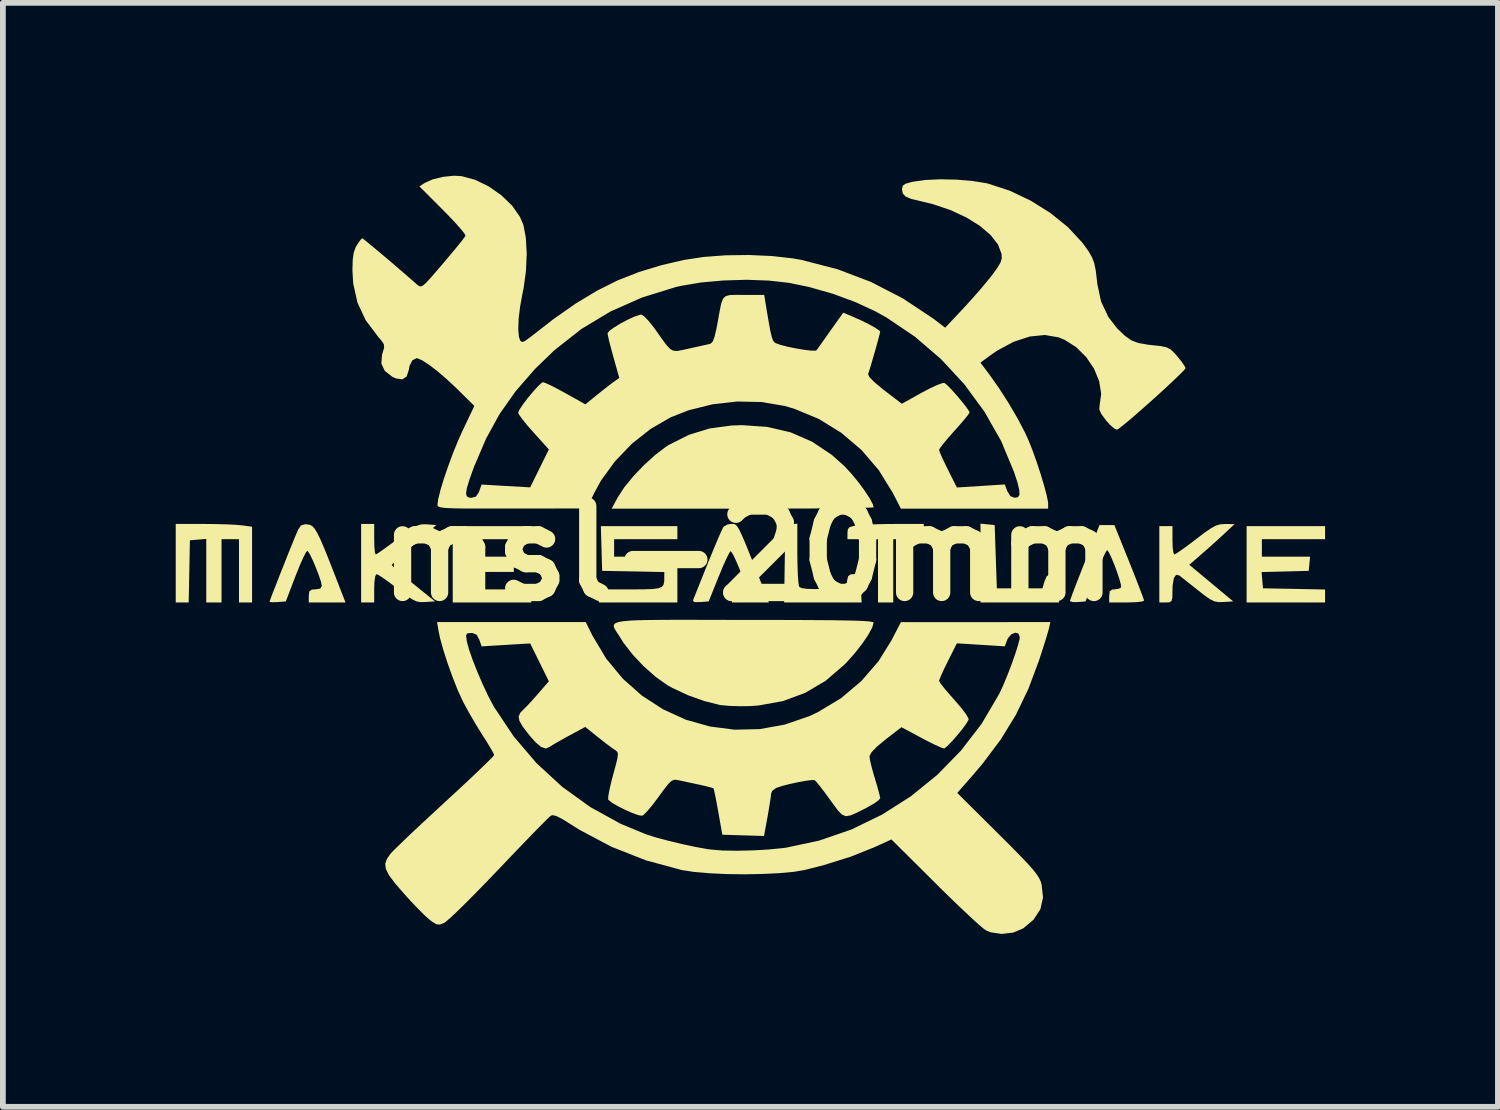
<source format=kicad_pcb>
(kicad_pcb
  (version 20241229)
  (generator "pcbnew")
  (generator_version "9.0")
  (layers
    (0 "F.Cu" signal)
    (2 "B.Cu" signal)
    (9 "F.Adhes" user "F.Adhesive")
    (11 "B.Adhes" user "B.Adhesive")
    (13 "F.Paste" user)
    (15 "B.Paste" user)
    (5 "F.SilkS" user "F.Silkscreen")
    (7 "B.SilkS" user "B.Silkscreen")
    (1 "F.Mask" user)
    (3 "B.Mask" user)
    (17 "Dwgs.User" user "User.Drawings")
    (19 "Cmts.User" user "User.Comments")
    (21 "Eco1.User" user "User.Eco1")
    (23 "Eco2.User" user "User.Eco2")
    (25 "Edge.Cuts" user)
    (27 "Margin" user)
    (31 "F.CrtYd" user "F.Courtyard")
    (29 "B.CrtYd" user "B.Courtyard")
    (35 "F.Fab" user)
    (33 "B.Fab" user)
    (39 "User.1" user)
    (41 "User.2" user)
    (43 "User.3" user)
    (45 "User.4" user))
  (footprint "msl-20mm"
    (layer "F.Cu")
    (at 9.937 6.555)
    (property "Reference" "msl-20mm" (at 0 0 0) (layer "F.SilkS") (effects (font (size 1.5 1.5) (thickness 0.3))))
    (attr board_only exclude_from_pos_files exclude_from_bom)
    (fp_poly (pts (xy 4.154 -0.504) (xy 4.277 -0.492) (xy 4.296 0.057) (xy 4.315 0.606) (xy 4.711 0.606) (xy 5.107 0.606) (xy 5.143 0.483) (xy 5.18 0.396) (xy 5.238 0.363) (xy 5.286 0.36) (xy 5.344 0.363) (xy 5.376 0.383) (xy 5.391 0.438) (xy 5.394 0.544) (xy 5.394 0.606) (xy 5.394 0.852) (xy 4.713 0.852) (xy 4.031 0.852) (xy 4.031 0.168) (xy 4.031 -0.516)) (stroke (width 0) (type solid)) (fill yes) (layer "F.SilkS"))
    (fp_poly (pts (xy 3.047 -0.379) (xy 3.047 -0.246) (xy 2.782 -0.246) (xy 2.517 -0.246) (xy 2.517 0.303) (xy 2.517 0.852) (xy 2.385 0.852) (xy 2.252 0.852) (xy 2.252 0.303) (xy 2.252 -0.246) (xy 1.987 -0.246) (xy 1.722 -0.246) (xy 1.722 -0.354) (xy 1.729 -0.421) (xy 1.762 -0.458) (xy 1.842 -0.479) (xy 1.898 -0.487) (xy 2.005 -0.496) (xy 2.165 -0.504) (xy 2.358 -0.509) (xy 2.56 -0.511) (xy 3.047 -0.511)) (stroke (width 0) (type solid)) (fill yes) (layer "F.SilkS"))
    (fp_poly (pts (xy -3.766 -0.36) (xy -3.766 -0.246) (xy -4.315 -0.246) (xy -4.864 -0.246) (xy -4.864 -0.095) (xy -4.864 0.057) (xy -4.467 0.057) (xy -4.069 0.057) (xy -4.069 0.189) (xy -4.069 0.322) (xy -4.467 0.322) (xy -4.864 0.322) (xy -4.864 0.473) (xy -4.864 0.625) (xy -4.315 0.625) (xy -3.766 0.625) (xy -3.766 0.738) (xy -3.766 0.852) (xy -4.448 0.852) (xy -5.129 0.852) (xy -5.129 0.189) (xy -5.129 -0.473) (xy -4.448 -0.473) (xy -3.766 -0.473)) (stroke (width 0) (type solid)) (fill yes) (layer "F.SilkS"))
    (fp_poly (pts (xy 10.012 -0.36) (xy 10.012 -0.246) (xy 9.463 -0.246) (xy 8.915 -0.246) (xy 8.915 -0.095) (xy 8.915 0.057) (xy 9.333 0.057) (xy 9.752 0.057) (xy 9.74 0.18) (xy 9.728 0.303) (xy 9.319 0.314) (xy 8.91 0.324) (xy 8.922 0.465) (xy 8.934 0.606) (xy 9.473 0.616) (xy 10.012 0.627) (xy 10.012 0.739) (xy 10.012 0.852) (xy 9.331 0.852) (xy 8.65 0.852) (xy 8.65 0.189) (xy 8.65 -0.473) (xy 9.331 -0.473) (xy 10.012 -0.473)) (stroke (width 0) (type solid)) (fill yes) (layer "F.SilkS"))
    (fp_poly (pts (xy 0.852 0.007) (xy 0.855 0.201) (xy 0.861 0.37) (xy 0.87 0.499) (xy 0.881 0.571) (xy 0.884 0.579) (xy 0.923 0.602) (xy 1.009 0.615) (xy 1.154 0.619) (xy 1.309 0.617) (xy 1.703 0.606) (xy 1.715 0.483) (xy 1.733 0.397) (xy 1.777 0.364) (xy 1.835 0.36) (xy 1.893 0.363) (xy 1.927 0.385) (xy 1.944 0.442) (xy 1.953 0.552) (xy 1.956 0.606) (xy 1.968 0.852) (xy 1.296 0.852) (xy 0.623 0.852) (xy 0.633 0.18) (xy 0.644 -0.492) (xy 0.748 -0.504) (xy 0.852 -0.516)) (stroke (width 0) (type solid)) (fill yes) (layer "F.SilkS"))
    (fp_poly (pts (xy -9.247 -0.509) (xy -9.054 -0.504) (xy -8.894 -0.496) (xy -8.787 -0.487) (xy -8.612 -0.463) (xy -8.612 0.194) (xy -8.612 0.852) (xy -8.725 0.852) (xy -8.839 0.852) (xy -8.839 0.303) (xy -8.839 -0.246) (xy -8.99 -0.246) (xy -9.142 -0.246) (xy -9.142 0.303) (xy -9.142 0.852) (xy -9.274 0.852) (xy -9.407 0.852) (xy -9.407 0.301) (xy -9.407 -0.251) (xy -9.549 -0.239) (xy -9.691 -0.227) (xy -9.701 0.312) (xy -9.712 0.852) (xy -9.824 0.852) (xy -9.937 0.852) (xy -9.937 0.17) (xy -9.937 -0.511) (xy -9.45 -0.511)) (stroke (width 0) (type solid)) (fill yes) (layer "F.SilkS"))
    (fp_poly (pts (xy -1.23 -0.36) (xy -1.23 -0.246) (xy -1.779 -0.246) (xy -2.328 -0.246) (xy -2.328 -0.095) (xy -2.328 0.057) (xy -1.779 0.057) (xy -1.23 0.057) (xy -1.23 0.454) (xy -1.23 0.852) (xy -1.912 0.852) (xy -2.593 0.852) (xy -2.593 0.738) (xy -2.593 0.625) (xy -2.048 0.625) (xy -1.825 0.624) (xy -1.667 0.619) (xy -1.562 0.606) (xy -1.5 0.581) (xy -1.469 0.541) (xy -1.458 0.48) (xy -1.457 0.414) (xy -1.457 0.324) (xy -1.997 0.313) (xy -2.536 0.303) (xy -2.547 -0.085) (xy -2.558 -0.473) (xy -1.894 -0.473) (xy -1.23 -0.473)) (stroke (width 0) (type solid)) (fill yes) (layer "F.SilkS"))
    (fp_poly (pts (xy 0.328 -2.196) (xy 0.735 -2.101) (xy 1.109 -1.938) (xy 1.455 -1.706) (xy 1.668 -1.515) (xy 1.788 -1.386) (xy 1.908 -1.241) (xy 2.017 -1.093) (xy 2.106 -0.959) (xy 2.162 -0.853) (xy 2.177 -0.8) (xy 2.14 -0.796) (xy 2.034 -0.792) (xy 1.865 -0.788) (xy 1.641 -0.784) (xy 1.366 -0.782) (xy 1.049 -0.779) (xy 0.696 -0.778) (xy 0.312 -0.776) (xy -0.095 -0.776) (xy -0.097 -0.776) (xy -2.371 -0.776) (xy -2.264 -0.974) (xy -2.152 -1.146) (xy -1.994 -1.339) (xy -1.809 -1.533) (xy -1.615 -1.709) (xy -1.431 -1.849) (xy -1.376 -1.884) (xy -1.03 -2.058) (xy -0.673 -2.168) (xy -0.288 -2.22) (xy -0.114 -2.226)) (stroke (width 0) (type solid)) (fill yes) (layer "F.SilkS"))
    (fp_poly (pts (xy 6.613 0.148) (xy 6.695 0.354) (xy 6.766 0.536) (xy 6.822 0.682) (xy 6.859 0.781) (xy 6.87 0.82) (xy 6.836 0.835) (xy 6.743 0.846) (xy 6.61 0.851) (xy 6.568 0.852) (xy 6.265 0.852) (xy 6.265 0.738) (xy 6.275 0.657) (xy 6.318 0.627) (xy 6.357 0.625) (xy 6.436 0.612) (xy 6.471 0.59) (xy 6.468 0.542) (xy 6.442 0.446) (xy 6.401 0.323) (xy 6.352 0.191) (xy 6.302 0.071) (xy 6.259 -0.018) (xy 6.231 -0.057) (xy 6.229 -0.057) (xy 6.205 -0.024) (xy 6.161 0.067) (xy 6.102 0.202) (xy 6.035 0.368) (xy 6.027 0.388) (xy 5.855 0.833) (xy 5.719 0.845) (xy 5.631 0.845) (xy 5.586 0.83) (xy 5.584 0.826) (xy 5.598 0.782) (xy 5.635 0.68) (xy 5.692 0.531) (xy 5.764 0.347) (xy 5.841 0.151) (xy 6.097 -0.492) (xy 6.226 -0.492) (xy 6.355 -0.492)) (stroke (width 0) (type solid)) (fill yes) (layer "F.SilkS"))
    (fp_poly (pts (xy 8.277 -0.51) (xy 8.441 -0.509) (xy 8.271 -0.349) (xy 8.152 -0.24) (xy 8.008 -0.11) (xy 7.878 0.004) (xy 7.655 0.198) (xy 8.036 0.515) (xy 8.417 0.833) (xy 8.247 0.844) (xy 8.161 0.846) (xy 8.089 0.832) (xy 8.012 0.794) (xy 7.91 0.722) (xy 7.805 0.639) (xy 7.679 0.539) (xy 7.571 0.454) (xy 7.499 0.397) (xy 7.483 0.384) (xy 7.427 0.371) (xy 7.387 0.43) (xy 7.366 0.556) (xy 7.363 0.653) (xy 7.361 0.769) (xy 7.347 0.827) (xy 7.31 0.849) (xy 7.249 0.852) (xy 7.135 0.852) (xy 7.135 0.189) (xy 7.135 -0.473) (xy 7.249 -0.473) (xy 7.363 -0.473) (xy 7.363 -0.227) (xy 7.367 -0.102) (xy 7.379 -0.013) (xy 7.396 0.019) (xy 7.437 -0.003) (xy 7.525 -0.063) (xy 7.645 -0.15) (xy 7.771 -0.246) (xy 7.925 -0.363) (xy 8.037 -0.44) (xy 8.121 -0.484) (xy 8.195 -0.505) (xy 8.273 -0.51)) (stroke (width 0) (type solid)) (fill yes) (layer "F.SilkS"))
    (fp_poly (pts (xy -0.243 -0.509) (xy -0.217 -0.496) (xy -0.189 -0.465) (xy -0.156 -0.411) (xy -0.115 -0.325) (xy -0.061 -0.201) (xy 0.008 -0.031) (xy 0.097 0.19) (xy 0.208 0.47) (xy 0.287 0.672) (xy 0.359 0.852) (xy 0.037 0.852) (xy -0.284 0.852) (xy -0.284 0.738) (xy -0.275 0.658) (xy -0.23 0.628) (xy -0.17 0.625) (xy -0.086 0.612) (xy -0.059 0.567) (xy -0.059 0.558) (xy -0.073 0.489) (xy -0.109 0.381) (xy -0.157 0.256) (xy -0.21 0.132) (xy -0.258 0.03) (xy -0.295 -0.03) (xy -0.306 -0.038) (xy -0.331 -0.005) (xy -0.376 0.085) (xy -0.437 0.219) (xy -0.505 0.384) (xy -0.511 0.397) (xy -0.686 0.833) (xy -0.83 0.845) (xy -0.926 0.846) (xy -0.959 0.826) (xy -0.956 0.807) (xy -0.807 0.434) (xy -0.682 0.123) (xy -0.58 -0.124) (xy -0.503 -0.306) (xy -0.451 -0.42) (xy -0.427 -0.464) (xy -0.36 -0.502) (xy -0.303 -0.511) (xy -0.27 -0.512)) (stroke (width 0) (type solid)) (fill yes) (layer "F.SilkS"))
    (fp_poly (pts (xy -7.649 -0.503) (xy -7.606 -0.495) (xy -7.567 -0.473) (xy -7.526 -0.429) (xy -7.481 -0.356) (xy -7.427 -0.246) (xy -7.36 -0.09) (xy -7.276 0.118) (xy -7.17 0.388) (xy -7.141 0.464) (xy -6.99 0.852) (xy -7.309 0.852) (xy -7.628 0.852) (xy -7.628 0.738) (xy -7.618 0.658) (xy -7.574 0.628) (xy -7.514 0.625) (xy -7.43 0.612) (xy -7.402 0.567) (xy -7.402 0.558) (xy -7.417 0.488) (xy -7.454 0.379) (xy -7.503 0.251) (xy -7.556 0.125) (xy -7.606 0.021) (xy -7.643 -0.039) (xy -7.651 -0.046) (xy -7.677 -0.017) (xy -7.722 0.07) (xy -7.781 0.202) (xy -7.847 0.366) (xy -7.856 0.388) (xy -8.026 0.833) (xy -8.168 0.845) (xy -8.259 0.848) (xy -8.307 0.843) (xy -8.309 0.841) (xy -8.296 0.801) (xy -8.26 0.705) (xy -8.206 0.567) (xy -8.141 0.4) (xy -8.069 0.219) (xy -7.997 0.037) (xy -7.929 -0.132) (xy -7.871 -0.274) (xy -7.829 -0.374) (xy -7.814 -0.409) (xy -7.763 -0.485) (xy -7.69 -0.506)) (stroke (width 0) (type solid)) (fill yes) (layer "F.SilkS"))
    (fp_poly (pts (xy -6.492 -0.246) (xy -6.489 -0.115) (xy -6.48 -0.021) (xy -6.467 0.019) (xy -6.466 0.019) (xy -6.427 -0.003) (xy -6.342 -0.062) (xy -6.222 -0.149) (xy -6.089 -0.248) (xy -5.935 -0.364) (xy -5.825 -0.44) (xy -5.744 -0.483) (xy -5.676 -0.503) (xy -5.606 -0.506) (xy -5.576 -0.504) (xy -5.414 -0.492) (xy -5.802 -0.157) (xy -5.943 -0.032) (xy -6.062 0.075) (xy -6.146 0.155) (xy -6.186 0.199) (xy -6.188 0.203) (xy -6.159 0.234) (xy -6.083 0.303) (xy -5.97 0.4) (xy -5.831 0.515) (xy -5.812 0.53) (xy -5.437 0.833) (xy -5.606 0.844) (xy -5.686 0.846) (xy -5.755 0.834) (xy -5.829 0.8) (xy -5.925 0.736) (xy -6.06 0.633) (xy -6.093 0.608) (xy -6.227 0.506) (xy -6.342 0.424) (xy -6.422 0.373) (xy -6.451 0.36) (xy -6.474 0.395) (xy -6.488 0.494) (xy -6.492 0.606) (xy -6.492 0.852) (xy -6.606 0.852) (xy -6.719 0.852) (xy -6.719 0.17) (xy -6.719 -0.511) (xy -6.606 -0.511) (xy -6.492 -0.511)) (stroke (width 0) (type solid)) (fill yes) (layer "F.SilkS"))
    (fp_poly (pts (xy -0.98 1.153) (xy -0.57 1.154) (xy -0.099 1.155) (xy 0.392 1.155) (xy 0.811 1.156) (xy 1.164 1.158) (xy 1.456 1.16) (xy 1.691 1.164) (xy 1.873 1.168) (xy 2.008 1.174) (xy 2.1 1.181) (xy 2.155 1.19) (xy 2.176 1.2) (xy 2.176 1.202) (xy 2.151 1.289) (xy 2.082 1.415) (xy 1.98 1.565) (xy 1.854 1.727) (xy 1.715 1.884) (xy 1.672 1.928) (xy 1.345 2.21) (xy 0.988 2.421) (xy 0.6 2.564) (xy 0.179 2.64) (xy 0.038 2.65) (xy -0.144 2.653) (xy -0.324 2.647) (xy -0.469 2.634) (xy -0.497 2.63) (xy -0.763 2.563) (xy -1.048 2.461) (xy -1.316 2.336) (xy -1.406 2.286) (xy -1.606 2.144) (xy -1.815 1.959) (xy -2.008 1.754) (xy -2.165 1.552) (xy -2.203 1.491) (xy -2.247 1.421) (xy -2.287 1.362) (xy -2.318 1.311) (xy -2.334 1.27) (xy -2.33 1.236) (xy -2.302 1.21) (xy -2.243 1.189) (xy -2.15 1.175) (xy -2.017 1.164) (xy -1.838 1.158) (xy -1.609 1.155) (xy -1.325 1.153)) (stroke (width 0) (type solid)) (fill yes) (layer "F.SilkS"))
    (fp_poly (pts (xy -2.703 1.429) (xy -2.465 1.827) (xy -2.177 2.175) (xy -1.846 2.468) (xy -1.479 2.706) (xy -1.085 2.886) (xy -0.668 3.004) (xy -0.238 3.06) (xy 0.199 3.05) (xy 0.636 2.971) (xy 1.065 2.823) (xy 1.211 2.754) (xy 1.611 2.513) (xy 1.962 2.217) (xy 2.26 1.873) (xy 2.482 1.516) (xy 2.65 1.193) (xy 3.947 1.193) (xy 5.244 1.192) (xy 5.221 1.296) (xy 5.2 1.372) (xy 5.161 1.502) (xy 5.109 1.667) (xy 5.049 1.85) (xy 5.048 1.854) (xy 4.863 2.35) (xy 4.646 2.801) (xy 4.385 3.227) (xy 4.069 3.648) (xy 3.907 3.839) (xy 3.628 4.158) (xy 4.336 4.861) (xy 4.553 5.078) (xy 4.722 5.25) (xy 4.85 5.384) (xy 4.943 5.489) (xy 5.007 5.571) (xy 5.05 5.638) (xy 5.077 5.698) (xy 5.091 5.744) (xy 5.117 5.97) (xy 5.071 6.175) (xy 4.953 6.357) (xy 4.773 6.508) (xy 4.598 6.582) (xy 4.398 6.605) (xy 4.206 6.576) (xy 4.126 6.543) (xy 4.07 6.502) (xy 3.969 6.414) (xy 3.831 6.287) (xy 3.663 6.129) (xy 3.475 5.947) (xy 3.273 5.749) (xy 3.249 5.724) (xy 2.485 4.965) (xy 2.189 5.1) (xy 1.782 5.263) (xy 1.32 5.408) (xy 0.984 5.494) (xy 0.79 5.527) (xy 0.539 5.55) (xy 0.249 5.564) (xy -0.061 5.57) (xy -0.374 5.566) (xy -0.671 5.552) (xy -0.933 5.53) (xy -1.143 5.498) (xy -1.155 5.496) (xy -1.778 5.327) (xy -2.37 5.094) (xy -2.921 4.802) (xy -3.065 4.712) (xy -3.22 4.615) (xy -3.327 4.56) (xy -3.395 4.543) (xy -3.424 4.551) (xy -3.464 4.586) (xy -3.548 4.67) (xy -3.672 4.795) (xy -3.827 4.955) (xy -4.007 5.142) (xy -4.206 5.35) (xy -4.322 5.472) (xy -4.531 5.69) (xy -4.728 5.892) (xy -4.906 6.071) (xy -5.058 6.22) (xy -5.176 6.331) (xy -5.254 6.397) (xy -5.276 6.412) (xy -5.352 6.442) (xy -5.411 6.438) (xy -5.485 6.393) (xy -5.525 6.363) (xy -5.603 6.295) (xy -5.715 6.184) (xy -5.847 6.047) (xy -5.981 5.899) (xy -6.134 5.722) (xy -6.236 5.585) (xy -6.29 5.477) (xy -6.301 5.386) (xy -6.271 5.301) (xy -6.206 5.209) (xy -6.204 5.207) (xy -6.152 5.152) (xy -6.051 5.054) (xy -5.911 4.919) (xy -5.738 4.756) (xy -5.54 4.572) (xy -5.327 4.375) (xy -5.258 4.311) (xy -5.046 4.116) (xy -4.854 3.937) (xy -4.688 3.779) (xy -4.555 3.651) (xy -4.461 3.558) (xy -4.414 3.507) (xy -4.41 3.499) (xy -4.429 3.455) (xy -4.482 3.364) (xy -4.558 3.239) (xy -4.614 3.153) (xy -4.724 2.975) (xy -4.838 2.78) (xy -4.935 2.603) (xy -4.958 2.558) (xy -5.042 2.374) (xy -5.13 2.152) (xy -5.216 1.913) (xy -5.291 1.68) (xy -5.348 1.476) (xy -5.36 1.419) (xy -4.897 1.419) (xy -4.889 1.497) (xy -4.885 1.524) (xy -4.849 1.66) (xy -4.786 1.842) (xy -4.703 2.053) (xy -4.609 2.271) (xy -4.512 2.477) (xy -4.42 2.651) (xy -4.41 2.669) (xy -4.069 3.179) (xy -3.674 3.642) (xy -3.229 4.051) (xy -2.741 4.403) (xy -2.213 4.694) (xy -1.776 4.875) (xy -1.607 4.929) (xy -1.39 4.987) (xy -1.15 5.045) (xy -0.916 5.095) (xy -0.712 5.132) (xy -0.644 5.141) (xy -0.445 5.157) (xy -0.196 5.161) (xy 0.076 5.155) (xy 0.347 5.14) (xy 0.591 5.116) (xy 0.656 5.108) (xy 1.234 4.984) (xy 1.791 4.792) (xy 2.323 4.534) (xy 2.821 4.217) (xy 3.28 3.845) (xy 3.692 3.423) (xy 4.051 2.957) (xy 4.35 2.449) (xy 4.364 2.423) (xy 4.43 2.279) (xy 4.501 2.107) (xy 4.571 1.924) (xy 4.633 1.748) (xy 4.681 1.597) (xy 4.709 1.489) (xy 4.713 1.454) (xy 4.689 1.391) (xy 4.633 1.376) (xy 4.565 1.405) (xy 4.507 1.474) (xy 4.496 1.497) (xy 4.453 1.613) (xy 4.037 1.587) (xy 3.621 1.561) (xy 3.467 1.868) (xy 3.398 2.008) (xy 3.345 2.124) (xy 3.316 2.198) (xy 3.312 2.213) (xy 3.336 2.255) (xy 3.401 2.339) (xy 3.497 2.451) (xy 3.578 2.543) (xy 3.698 2.682) (xy 3.782 2.793) (xy 3.823 2.868) (xy 3.824 2.888) (xy 3.785 2.955) (xy 3.715 3.051) (xy 3.626 3.159) (xy 3.536 3.262) (xy 3.457 3.343) (xy 3.405 3.384) (xy 3.398 3.386) (xy 3.347 3.37) (xy 3.245 3.324) (xy 3.111 3.258) (xy 3.005 3.202) (xy 2.659 3.017) (xy 2.382 3.231) (xy 2.234 3.354) (xy 2.139 3.452) (xy 2.104 3.519) (xy 2.104 3.52) (xy 2.114 3.591) (xy 2.142 3.71) (xy 2.183 3.857) (xy 2.196 3.899) (xy 2.239 4.044) (xy 2.272 4.164) (xy 2.289 4.238) (xy 2.29 4.249) (xy 2.259 4.288) (xy 2.176 4.346) (xy 2.061 4.411) (xy 2.06 4.412) (xy 1.892 4.497) (xy 1.776 4.548) (xy 1.693 4.561) (xy 1.625 4.533) (xy 1.555 4.46) (xy 1.465 4.338) (xy 1.421 4.277) (xy 1.322 4.142) (xy 1.236 4.031) (xy 1.175 3.957) (xy 1.153 3.936) (xy 1.101 3.934) (xy 0.998 3.947) (xy 0.863 3.972) (xy 0.718 4.003) (xy 0.584 4.038) (xy 0.483 4.072) (xy 0.483 4.072) (xy 0.417 4.121) (xy 0.397 4.167) (xy 0.391 4.231) (xy 0.373 4.347) (xy 0.348 4.497) (xy 0.336 4.567) (xy 0.274 4.905) (xy -0.088 4.894) (xy -0.45 4.883) (xy -0.52 4.487) (xy -0.55 4.324) (xy -0.576 4.191) (xy -0.595 4.104) (xy -0.603 4.078) (xy -0.644 4.064) (xy -0.74 4.039) (xy -0.869 4.01) (xy -0.876 4.009) (xy -1.023 3.977) (xy -1.153 3.949) (xy -1.234 3.932) (xy -1.282 3.928) (xy -1.329 3.947) (xy -1.385 3.999) (xy -1.461 4.095) (xy -1.557 4.227) (xy -1.657 4.36) (xy -1.747 4.468) (xy -1.815 4.537) (xy -1.842 4.554) (xy -1.908 4.543) (xy -2.014 4.505) (xy -2.141 4.449) (xy -2.266 4.386) (xy -2.369 4.325) (xy -2.426 4.278) (xy -2.431 4.27) (xy -2.429 4.214) (xy -2.409 4.103) (xy -2.375 3.956) (xy -2.344 3.838) (xy -2.297 3.666) (xy -2.27 3.553) (xy -2.262 3.484) (xy -2.272 3.446) (xy -2.297 3.423) (xy -2.301 3.42) (xy -2.36 3.38) (xy -2.459 3.307) (xy -2.576 3.215) (xy -2.597 3.199) (xy -2.829 3.012) (xy -3.118 3.168) (xy -3.253 3.243) (xy -3.364 3.306) (xy -3.432 3.348) (xy -3.443 3.356) (xy -3.511 3.387) (xy -3.593 3.361) (xy -3.694 3.276) (xy -3.803 3.152) (xy -3.912 3.01) (xy -3.972 2.907) (xy -3.985 2.831) (xy -3.957 2.767) (xy -3.914 2.722) (xy -3.849 2.658) (xy -3.755 2.557) (xy -3.652 2.441) (xy -3.647 2.435) (xy -3.461 2.22) (xy -3.623 1.891) (xy -3.785 1.563) (xy -4.207 1.588) (xy -4.628 1.614) (xy -4.668 1.498) (xy -4.714 1.412) (xy -4.784 1.383) (xy -4.81 1.382) (xy -4.874 1.387) (xy -4.897 1.419) (xy -5.36 1.419) (xy -5.374 1.353) (xy -5.401 1.192) (xy -4.111 1.192) (xy -2.821 1.192)) (stroke (width 0) (type solid)) (fill yes) (layer "F.SilkS"))
    (fp_poly (pts (xy -4.978 -6.548) (xy -4.739 -6.484) (xy -4.503 -6.369) (xy -4.284 -6.215) (xy -4.098 -6.035) (xy -3.962 -5.84) (xy -3.902 -5.7) (xy -3.86 -5.474) (xy -3.845 -5.201) (xy -3.858 -4.903) (xy -3.899 -4.602) (xy -3.919 -4.507) (xy -3.96 -4.282) (xy -3.985 -4.072) (xy -3.992 -3.891) (xy -3.98 -3.756) (xy -3.958 -3.693) (xy -3.926 -3.668) (xy -3.876 -3.685) (xy -3.789 -3.749) (xy -3.787 -3.75) (xy -3.373 -4.072) (xy -2.991 -4.339) (xy -2.627 -4.558) (xy -2.268 -4.738) (xy -1.899 -4.883) (xy -1.508 -5.002) (xy -1.117 -5.093) (xy -0.776 -5.145) (xy -0.39 -5.174) (xy 0.015 -5.179) (xy 0.412 -5.161) (xy 0.776 -5.12) (xy 0.927 -5.093) (xy 1.549 -4.932) (xy 2.129 -4.712) (xy 2.68 -4.428) (xy 3.212 -4.075) (xy 3.318 -3.994) (xy 3.418 -3.917) (xy 3.73 -4.249) (xy 3.876 -4.409) (xy 4.026 -4.579) (xy 4.157 -4.736) (xy 4.229 -4.826) (xy 4.324 -4.956) (xy 4.378 -5.048) (xy 4.4 -5.12) (xy 4.397 -5.192) (xy 4.396 -5.199) (xy 4.334 -5.363) (xy 4.205 -5.527) (xy 4.02 -5.685) (xy 3.787 -5.83) (xy 3.515 -5.957) (xy 3.214 -6.059) (xy 2.99 -6.114) (xy 2.83 -6.152) (xy 2.733 -6.192) (xy 2.683 -6.245) (xy 2.669 -6.318) (xy 2.669 -6.323) (xy 2.68 -6.378) (xy 2.725 -6.414) (xy 2.824 -6.443) (xy 2.86 -6.451) (xy 3.074 -6.481) (xy 3.335 -6.493) (xy 3.614 -6.487) (xy 3.886 -6.465) (xy 4.122 -6.427) (xy 4.167 -6.417) (xy 4.539 -6.295) (xy 4.903 -6.122) (xy 5.245 -5.908) (xy 5.547 -5.664) (xy 5.792 -5.401) (xy 5.828 -5.354) (xy 5.912 -5.236) (xy 5.968 -5.137) (xy 6.006 -5.034) (xy 6.032 -4.906) (xy 6.053 -4.731) (xy 6.059 -4.675) (xy 6.123 -4.374) (xy 6.25 -4.103) (xy 6.405 -3.903) (xy 6.536 -3.778) (xy 6.649 -3.698) (xy 6.773 -3.651) (xy 6.934 -3.623) (xy 7.013 -3.614) (xy 7.162 -3.598) (xy 7.26 -3.577) (xy 7.33 -3.541) (xy 7.395 -3.48) (xy 7.447 -3.42) (xy 7.525 -3.324) (xy 7.576 -3.247) (xy 7.59 -3.215) (xy 7.563 -3.179) (xy 7.488 -3.103) (xy 7.377 -2.996) (xy 7.24 -2.868) (xy 7.086 -2.727) (xy 6.926 -2.584) (xy 6.77 -2.447) (xy 6.629 -2.325) (xy 6.513 -2.229) (xy 6.432 -2.166) (xy 6.4 -2.147) (xy 6.352 -2.168) (xy 6.277 -2.234) (xy 6.211 -2.307) (xy 6.128 -2.42) (xy 6.093 -2.5) (xy 6.098 -2.565) (xy 6.126 -2.77) (xy 6.091 -2.988) (xy 6.002 -3.205) (xy 5.867 -3.406) (xy 5.694 -3.578) (xy 5.491 -3.707) (xy 5.386 -3.75) (xy 5.147 -3.791) (xy 4.885 -3.764) (xy 4.607 -3.673) (xy 4.32 -3.519) (xy 4.192 -3.43) (xy 4.03 -3.311) (xy 4.179 -3.113) (xy 4.351 -2.871) (xy 4.521 -2.605) (xy 4.678 -2.337) (xy 4.807 -2.09) (xy 4.867 -1.958) (xy 4.937 -1.781) (xy 5.008 -1.581) (xy 5.075 -1.377) (xy 5.133 -1.184) (xy 5.177 -1.02) (xy 5.202 -0.901) (xy 5.205 -0.864) (xy 5.205 -0.776) (xy 3.927 -0.776) (xy 2.65 -0.776) (xy 2.508 -1.052) (xy 2.264 -1.447) (xy 1.964 -1.796) (xy 1.615 -2.093) (xy 1.224 -2.334) (xy 0.8 -2.51) (xy 0.632 -2.559) (xy 0.234 -2.627) (xy -0.189 -2.636) (xy -0.618 -2.588) (xy -1.033 -2.485) (xy -1.344 -2.363) (xy -1.692 -2.162) (xy -2.02 -1.903) (xy -2.313 -1.598) (xy -2.555 -1.265) (xy -2.675 -1.045) (xy -2.801 -0.78) (xy -4.098 -0.778) (xy -4.445 -0.778) (xy -4.724 -0.778) (xy -4.943 -0.779) (xy -5.108 -0.782) (xy -5.227 -0.787) (xy -5.307 -0.794) (xy -5.357 -0.804) (xy -5.383 -0.817) (xy -5.393 -0.833) (xy -5.394 -0.847) (xy -5.38 -0.949) (xy -5.355 -1.046) (xy -4.898 -1.046) (xy -4.886 -0.992) (xy -4.846 -0.969) (xy -4.805 -0.965) (xy -4.726 -0.986) (xy -4.677 -1.06) (xy -4.669 -1.08) (xy -4.629 -1.195) (xy -4.207 -1.17) (xy -3.785 -1.146) (xy -3.623 -1.475) (xy -3.461 -1.804) (xy -3.727 -2.1) (xy -3.838 -2.226) (xy -3.926 -2.335) (xy -3.981 -2.412) (xy -3.994 -2.441) (xy -3.971 -2.495) (xy -3.911 -2.585) (xy -3.829 -2.694) (xy -3.738 -2.803) (xy -3.653 -2.897) (xy -3.588 -2.958) (xy -3.562 -2.972) (xy -3.511 -2.954) (xy -3.41 -2.907) (xy -3.276 -2.837) (xy -3.17 -2.779) (xy -2.826 -2.587) (xy -2.623 -2.753) (xy -2.505 -2.847) (xy -2.397 -2.931) (xy -2.329 -2.982) (xy -2.238 -3.045) (xy -2.34 -3.406) (xy -2.383 -3.565) (xy -2.418 -3.701) (xy -2.438 -3.795) (xy -2.442 -3.823) (xy -2.41 -3.863) (xy -2.328 -3.922) (xy -2.215 -3.991) (xy -2.09 -4.057) (xy -1.973 -4.111) (xy -1.882 -4.141) (xy -1.856 -4.145) (xy -1.808 -4.116) (xy -1.733 -4.039) (xy -1.644 -3.928) (xy -1.618 -3.893) (xy -1.503 -3.73) (xy -1.421 -3.618) (xy -1.358 -3.55) (xy -1.3 -3.518) (xy -1.234 -3.513) (xy -1.146 -3.529) (xy -1.021 -3.557) (xy -1.02 -3.557) (xy -0.871 -3.59) (xy -0.745 -3.618) (xy -0.666 -3.636) (xy -0.657 -3.639) (xy -0.62 -3.671) (xy -0.587 -3.752) (xy -0.553 -3.893) (xy -0.532 -4.004) (xy -0.497 -4.201) (xy -0.47 -4.336) (xy -0.438 -4.42) (xy -0.392 -4.465) (xy -0.319 -4.484) (xy -0.21 -4.487) (xy -0.077 -4.486) (xy 0.277 -4.486) (xy 0.322 -4.211) (xy 0.358 -4) (xy 0.386 -3.851) (xy 0.409 -3.754) (xy 0.431 -3.695) (xy 0.456 -3.663) (xy 0.474 -3.65) (xy 0.557 -3.62) (xy 0.679 -3.588) (xy 0.821 -3.559) (xy 0.963 -3.535) (xy 1.084 -3.52) (xy 1.165 -3.518) (xy 1.186 -3.526) (xy 1.218 -3.571) (xy 1.283 -3.663) (xy 1.37 -3.786) (xy 1.43 -3.871) (xy 1.649 -4.178) (xy 1.79 -4.119) (xy 1.947 -4.05) (xy 2.091 -3.979) (xy 2.205 -3.916) (xy 2.275 -3.868) (xy 2.29 -3.849) (xy 2.28 -3.803) (xy 2.254 -3.704) (xy 2.218 -3.572) (xy 2.176 -3.427) (xy 2.136 -3.289) (xy 2.102 -3.177) (xy 2.08 -3.114) (xy 2.1 -3.064) (xy 2.181 -2.979) (xy 2.32 -2.863) (xy 2.363 -2.829) (xy 2.666 -2.597) (xy 3.009 -2.788) (xy 3.157 -2.866) (xy 3.283 -2.924) (xy 3.373 -2.956) (xy 3.404 -2.959) (xy 3.451 -2.922) (xy 3.527 -2.845) (xy 3.617 -2.744) (xy 3.708 -2.636) (xy 3.785 -2.538) (xy 3.833 -2.468) (xy 3.842 -2.446) (xy 3.818 -2.407) (xy 3.753 -2.326) (xy 3.658 -2.216) (xy 3.577 -2.125) (xy 3.467 -2.001) (xy 3.379 -1.895) (xy 3.325 -1.822) (xy 3.312 -1.796) (xy 3.328 -1.748) (xy 3.371 -1.649) (xy 3.434 -1.518) (xy 3.467 -1.451) (xy 3.621 -1.144) (xy 4.037 -1.17) (xy 4.453 -1.197) (xy 4.496 -1.081) (xy 4.551 -0.992) (xy 4.626 -0.965) (xy 4.682 -0.977) (xy 4.708 -1.019) (xy 4.704 -1.101) (xy 4.672 -1.234) (xy 4.613 -1.413) (xy 4.39 -1.949) (xy 4.1 -2.459) (xy 3.75 -2.936) (xy 3.345 -3.373) (xy 2.893 -3.761) (xy 2.401 -4.093) (xy 2.213 -4.198) (xy 1.862 -4.361) (xy 1.466 -4.507) (xy 1.054 -4.624) (xy 0.706 -4.696) (xy 0.357 -4.735) (xy -0.031 -4.749) (xy -0.432 -4.737) (xy -0.82 -4.702) (xy -1.17 -4.643) (xy -1.256 -4.623) (xy -1.847 -4.44) (xy -2.392 -4.198) (xy -2.897 -3.894) (xy -3.366 -3.525) (xy -3.702 -3.2) (xy -4.037 -2.815) (xy -4.316 -2.419) (xy -4.551 -1.991) (xy -4.756 -1.511) (xy -4.765 -1.487) (xy -4.838 -1.284) (xy -4.882 -1.14) (xy -4.898 -1.046) (xy -5.355 -1.046) (xy -5.341 -1.104) (xy -5.282 -1.298) (xy -5.208 -1.514) (xy -5.126 -1.736) (xy -5.04 -1.948) (xy -4.958 -2.131) (xy -4.754 -2.559) (xy -5.052 -2.854) (xy -5.224 -3.016) (xy -5.391 -3.159) (xy -5.541 -3.275) (xy -5.663 -3.353) (xy -5.747 -3.387) (xy -5.756 -3.388) (xy -5.828 -3.353) (xy -5.878 -3.257) (xy -5.892 -3.184) (xy -5.929 -3.07) (xy -6.004 -3.021) (xy -6.116 -3.037) (xy -6.179 -3.066) (xy -6.309 -3.168) (xy -6.368 -3.296) (xy -6.356 -3.45) (xy -6.345 -3.485) (xy -6.32 -3.568) (xy -6.324 -3.629) (xy -6.368 -3.695) (xy -6.423 -3.759) (xy -6.639 -4.046) (xy -6.783 -4.353) (xy -6.857 -4.688) (xy -6.87 -4.917) (xy -6.865 -5.095) (xy -6.848 -5.22) (xy -6.814 -5.314) (xy -6.795 -5.347) (xy -6.742 -5.426) (xy -6.705 -5.468) (xy -6.701 -5.47) (xy -6.668 -5.447) (xy -6.589 -5.383) (xy -6.474 -5.288) (xy -6.336 -5.172) (xy -6.183 -5.043) (xy -6.029 -4.91) (xy -5.882 -4.784) (xy -5.755 -4.672) (xy -5.749 -4.667) (xy -5.718 -4.641) (xy -5.687 -4.632) (xy -5.65 -4.647) (xy -5.596 -4.692) (xy -5.518 -4.776) (xy -5.406 -4.905) (xy -5.295 -5.035) (xy -5.164 -5.19) (xy -5.051 -5.326) (xy -4.965 -5.433) (xy -4.916 -5.499) (xy -4.907 -5.514) (xy -4.927 -5.553) (xy -4.993 -5.635) (xy -5.095 -5.75) (xy -5.225 -5.886) (xy -5.3 -5.962) (xy -5.707 -6.37) (xy -5.617 -6.429) (xy -5.476 -6.492) (xy -5.295 -6.536) (xy -5.106 -6.555)) (stroke (width 0) (type solid)) (fill yes) (layer "F.SilkS")))
  (gr_rect
    (start -3 -3)
    (end 22.949 16.16)
    (stroke (width 0.1) (type default))
    (fill no)
    (layer "Edge.Cuts")))
</source>
